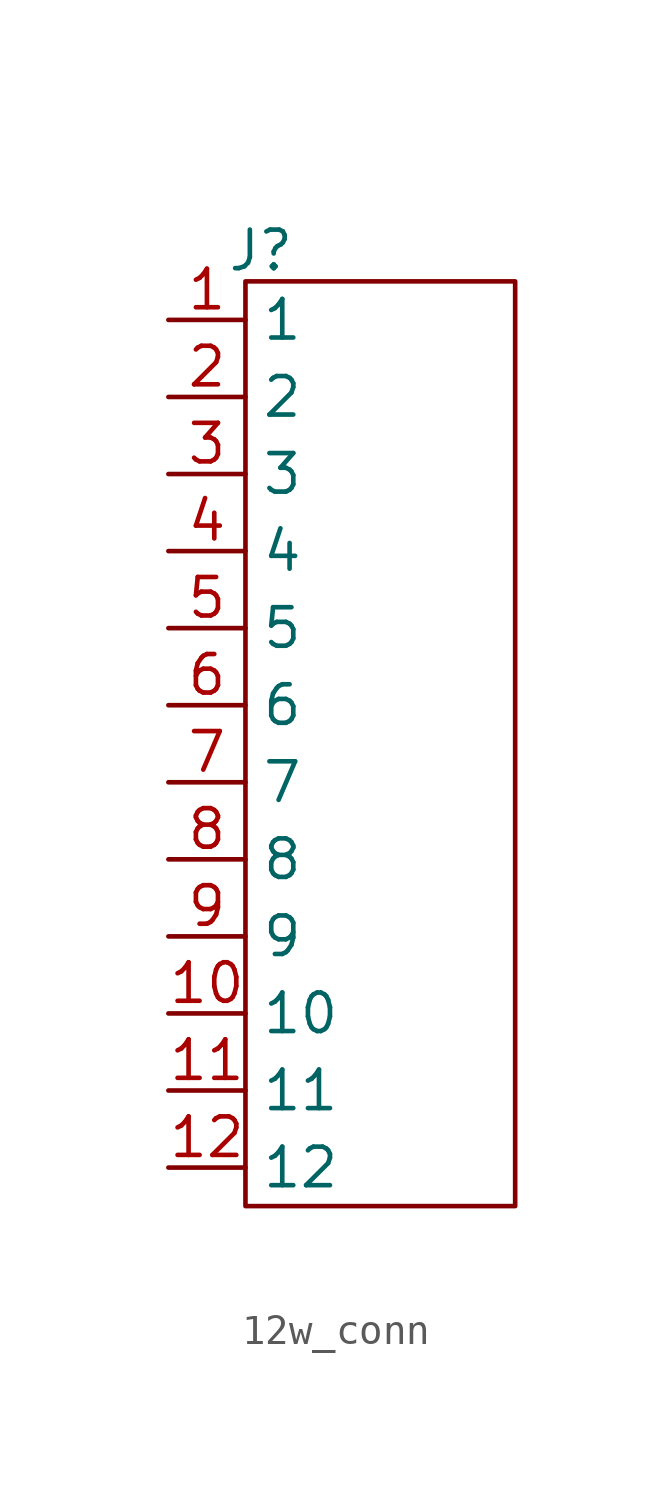
<source format=kicad_sym>
(kicad_symbol_lib
  (version 20241209)
  (generator "kicad_symbol_editor")
  (generator_version "9.0")
  (symbol "12w_conn"
    (property "Reference" "J"
      (at 3.048 2.286 0)
      (effects (font (size 1.27 1.27))))
    (property "Value" ""
      (at 0 0 0)
      (effects (font (size 1.27 1.27))))
    (symbol "12w_conn_0_1"
      (rectangle (start 2.54 1.27) (end 11.43 -29.21) (stroke (width 0) (type default)) (fill (type none))))
    (symbol "12w_conn_1_1"
      (pin input line (at 0 0 0) (length 2.54) (name "1" (effects (font (size 1.27 1.27)))) (number "1" (effects (font (size 1.27 1.27)))))
      (pin input line (at 0 -2.54 0) (length 2.54) (name "2" (effects (font (size 1.27 1.27)))) (number "2" (effects (font (size 1.27 1.27)))))
      (pin input line (at 0 -5.08 0) (length 2.54) (name "3" (effects (font (size 1.27 1.27)))) (number "3" (effects (font (size 1.27 1.27)))))
      (pin input line (at 0 -7.62 0) (length 2.54) (name "4" (effects (font (size 1.27 1.27)))) (number "4" (effects (font (size 1.27 1.27)))))
      (pin input line (at 0 -10.16 0) (length 2.54) (name "5" (effects (font (size 1.27 1.27)))) (number "5" (effects (font (size 1.27 1.27)))))
      (pin input line (at 0 -12.7 0) (length 2.54) (name "6" (effects (font (size 1.27 1.27)))) (number "6" (effects (font (size 1.27 1.27)))))
      (pin input line (at 0 -15.24 0) (length 2.54) (name "7" (effects (font (size 1.27 1.27)))) (number "7" (effects (font (size 1.27 1.27)))))
      (pin input line (at 0 -17.78 0) (length 2.54) (name "8" (effects (font (size 1.27 1.27)))) (number "8" (effects (font (size 1.27 1.27)))))
      (pin input line (at 0 -20.32 0) (length 2.54) (name "9" (effects (font (size 1.27 1.27)))) (number "9" (effects (font (size 1.27 1.27)))))
      (pin input line (at 0 -22.86 0) (length 2.54) (name "10" (effects (font (size 1.27 1.27)))) (number "10" (effects (font (size 1.27 1.27)))))
      (pin input line (at 0 -25.4 0) (length 2.54) (name "11" (effects (font (size 1.27 1.27)))) (number "11" (effects (font (size 1.27 1.27)))))
      (pin input line (at 0 -27.94 0) (length 2.54) (name "12" (effects (font (size 1.27 1.27)))) (number "12" (effects (font (size 1.27 1.27))))))))
</source>
